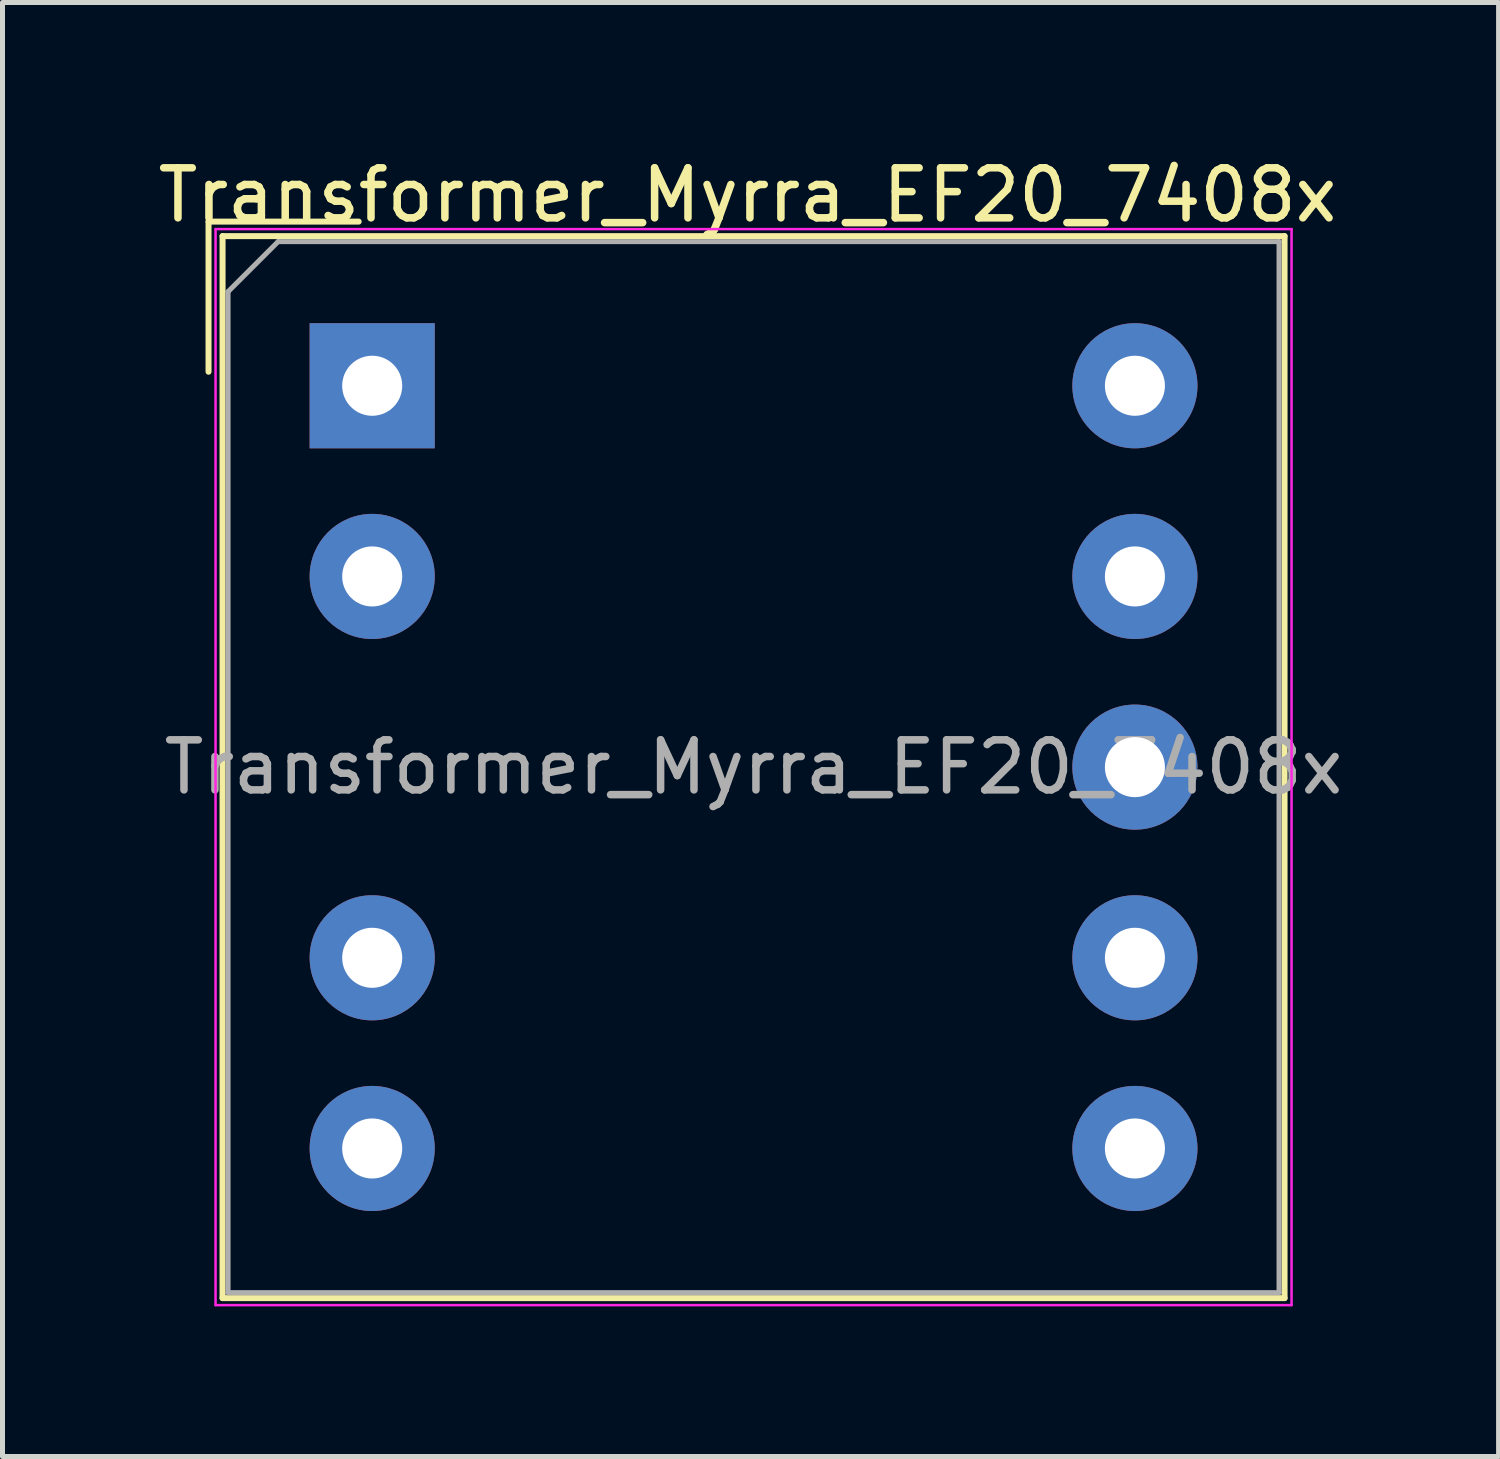
<source format=kicad_pcb>
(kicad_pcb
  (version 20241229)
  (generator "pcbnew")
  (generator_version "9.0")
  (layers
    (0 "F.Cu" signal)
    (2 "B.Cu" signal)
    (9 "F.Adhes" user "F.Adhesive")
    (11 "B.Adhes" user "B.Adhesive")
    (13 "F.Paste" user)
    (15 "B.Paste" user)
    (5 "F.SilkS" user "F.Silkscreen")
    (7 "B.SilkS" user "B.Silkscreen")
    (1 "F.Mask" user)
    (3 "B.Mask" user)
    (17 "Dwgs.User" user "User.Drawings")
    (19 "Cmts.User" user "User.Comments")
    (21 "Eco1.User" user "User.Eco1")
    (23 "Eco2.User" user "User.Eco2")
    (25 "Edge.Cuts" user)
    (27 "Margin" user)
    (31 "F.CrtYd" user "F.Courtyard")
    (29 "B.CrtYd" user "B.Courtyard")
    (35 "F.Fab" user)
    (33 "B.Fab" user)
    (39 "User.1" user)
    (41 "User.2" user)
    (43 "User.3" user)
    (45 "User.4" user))
  (footprint "Transformer_Myrra_EF20_7408x"
    (layer "F.Cu")
    (at 4.387 4.658)
    (property "Reference" "Transformer_Myrra_EF20_7408x" (at 7.5 -3.81 0) (layer "F.SilkS") (effects (font (size 1 1) (thickness 0.15))))
    (attr through_hole)
    (fp_line (start -3.27 -3.28) (end -3.27 -0.28) (stroke (width 0.12) (type solid)) (layer "F.SilkS"))
    (fp_line (start -2.99 -2.99) (end -2.99 18.23) (stroke (width 0.12) (type solid)) (layer "F.SilkS"))
    (fp_line (start -2.99 18.23) (end 18.23 18.23) (stroke (width 0.12) (type solid)) (layer "F.SilkS"))
    (fp_line (start -0.27 -3.28) (end -3.27 -3.28) (stroke (width 0.12) (type solid)) (layer "F.SilkS"))
    (fp_line (start 18.23 -2.99) (end -2.99 -2.99) (stroke (width 0.12) (type solid)) (layer "F.SilkS"))
    (fp_line (start 18.23 18.23) (end 18.23 -2.99) (stroke (width 0.12) (type solid)) (layer "F.SilkS"))
    (fp_line (start -3.13 -3.13) (end -3.13 18.37) (stroke (width 0.05) (type solid)) (layer "F.CrtYd"))
    (fp_line (start -3.13 18.37) (end 18.37 18.37) (stroke (width 0.05) (type solid)) (layer "F.CrtYd"))
    (fp_line (start 18.37 -3.13) (end -3.13 -3.13) (stroke (width 0.05) (type solid)) (layer "F.CrtYd"))
    (fp_line (start 18.37 18.37) (end 18.37 -3.13) (stroke (width 0.05) (type solid)) (layer "F.CrtYd"))
    (fp_line (start -2.88 18.12) (end -2.88 -1.88) (stroke (width 0.1) (type solid)) (layer "F.Fab"))
    (fp_line (start -1.88 -2.88) (end -2.88 -1.88) (stroke (width 0.1) (type solid)) (layer "F.Fab"))
    (fp_line (start -1.88 -2.88) (end 18.12 -2.88) (stroke (width 0.1) (type solid)) (layer "F.Fab"))
    (fp_line (start 18.12 -2.88) (end 18.12 18.12) (stroke (width 0.1) (type solid)) (layer "F.Fab"))
    (fp_line (start 18.12 18.12) (end -2.88 18.12) (stroke (width 0.1) (type solid)) (layer "F.Fab"))
    (fp_text user "${REFERENCE}" (at 7.62 7.62 0) (layer "F.Fab") (effects (font (size 1 1) (thickness 0.15))))
    (pad "1" thru_hole rect (at 0 0) (size 2.5 2.5) (drill 1.2) (layers "*.Cu" "*.Mask"))
    (pad "2" thru_hole circle (at 0 3.81) (size 2.5 2.5) (drill 1.2) (layers "*.Cu" "*.Mask"))
    (pad "4" thru_hole circle (at 0 11.43) (size 2.5 2.5) (drill 1.2) (layers "*.Cu" "*.Mask"))
    (pad "5" thru_hole circle (at 0 15.24) (size 2.5 2.5) (drill 1.2) (layers "*.Cu" "*.Mask"))
    (pad "6" thru_hole circle (at 15.24 15.24) (size 2.5 2.5) (drill 1.2) (layers "*.Cu" "*.Mask"))
    (pad "7" thru_hole circle (at 15.24 11.43) (size 2.5 2.5) (drill 1.2) (layers "*.Cu" "*.Mask"))
    (pad "8" thru_hole circle (at 15.24 7.62) (size 2.5 2.5) (drill 1.2) (layers "*.Cu" "*.Mask"))
    (pad "9" thru_hole circle (at 15.24 3.81) (size 2.5 2.5) (drill 1.2) (layers "*.Cu" "*.Mask"))
    (pad "10" thru_hole circle (at 15.24 0) (size 2.5 2.5) (drill 1.2) (layers "*.Cu" "*.Mask")))
  (gr_rect
    (start -3 -3)
    (end 26.894 26.053)
    (stroke (width 0.1) (type default))
    (fill no)
    (layer "Edge.Cuts")))
</source>
